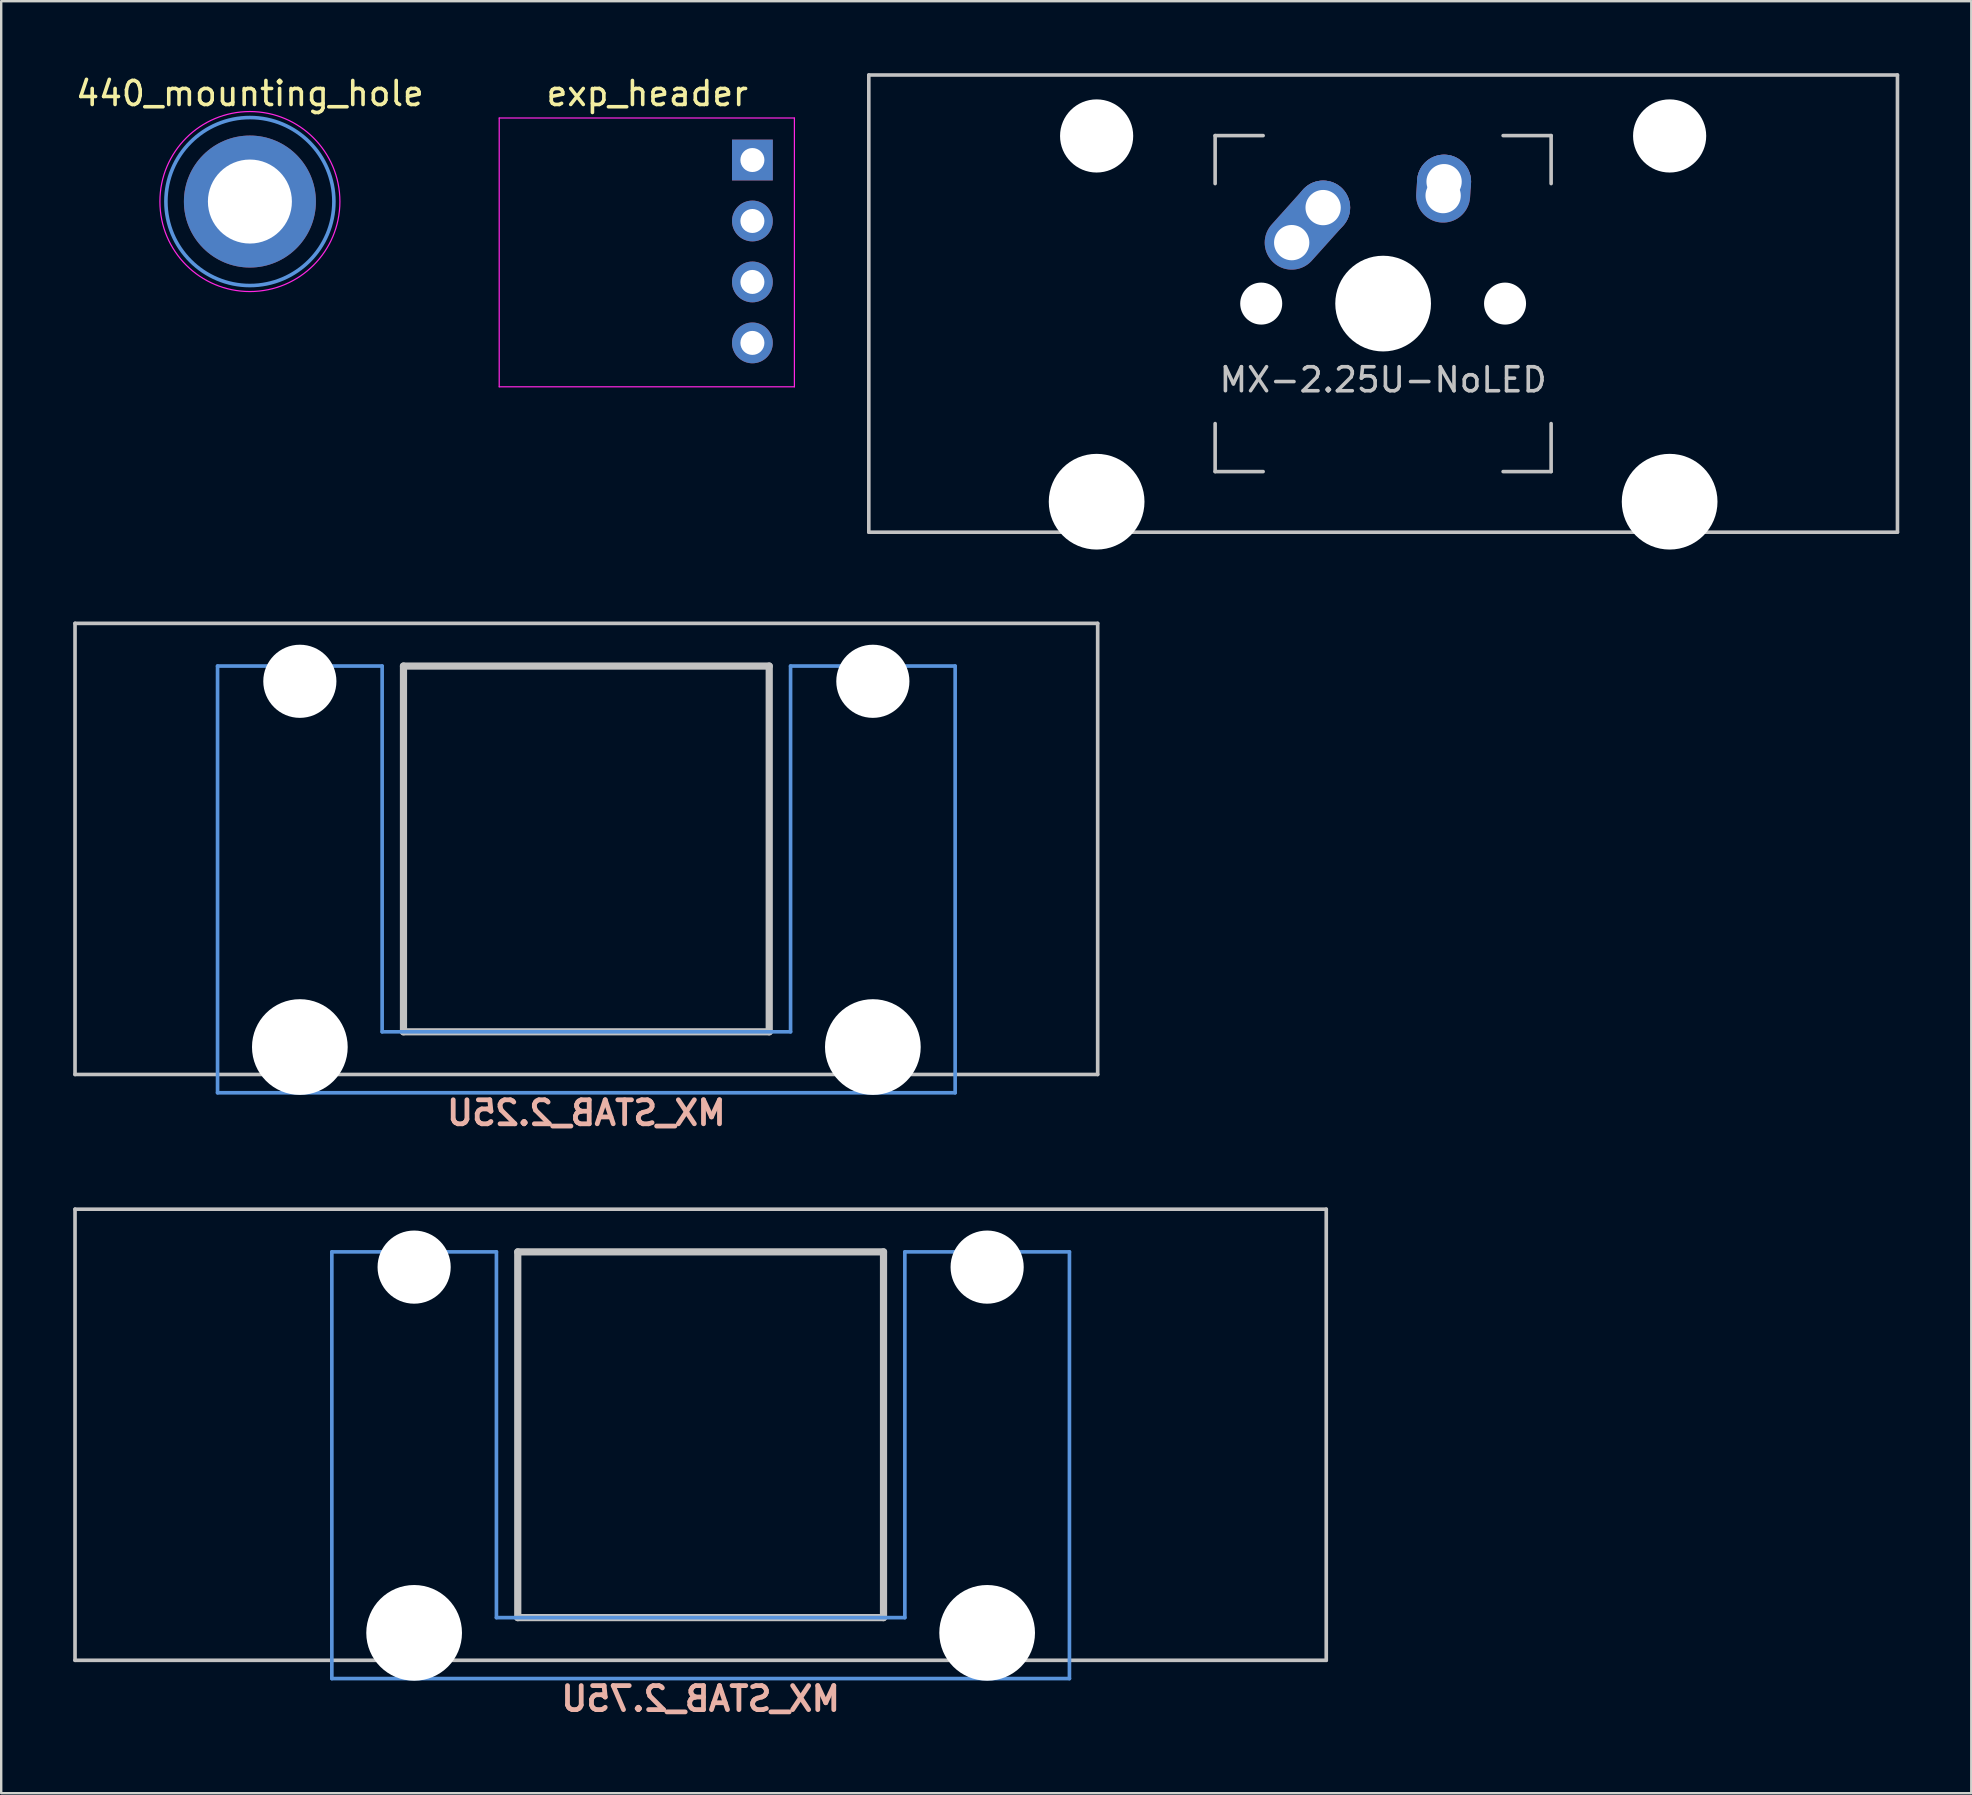
<source format=kicad_pcb>
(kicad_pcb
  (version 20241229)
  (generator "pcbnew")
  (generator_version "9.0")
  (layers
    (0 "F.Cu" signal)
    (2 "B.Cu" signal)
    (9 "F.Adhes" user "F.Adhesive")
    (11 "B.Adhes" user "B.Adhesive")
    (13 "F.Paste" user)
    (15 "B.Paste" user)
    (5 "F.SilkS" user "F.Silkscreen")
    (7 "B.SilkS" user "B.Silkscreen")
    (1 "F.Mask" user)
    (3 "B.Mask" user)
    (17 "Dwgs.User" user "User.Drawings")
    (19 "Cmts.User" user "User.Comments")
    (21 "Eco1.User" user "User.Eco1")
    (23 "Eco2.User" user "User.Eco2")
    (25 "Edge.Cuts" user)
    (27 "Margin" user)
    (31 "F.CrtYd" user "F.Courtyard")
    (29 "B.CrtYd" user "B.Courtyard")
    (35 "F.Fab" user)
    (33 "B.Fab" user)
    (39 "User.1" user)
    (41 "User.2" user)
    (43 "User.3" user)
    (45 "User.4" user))
  (footprint "MX_STAB_2.75U"
    (layer "F.Cu")
    (at 26.144 56.733)
    (property "Reference" "MX_STAB_2.75U" (at 0 11 0) (layer "B.SilkS") (effects (font (size 1 1) (thickness 0.2)) (justify mirror)))
    (attr through_hole)
    (fp_line (start -26.068 -9.398) (end 26.068 -9.398) (stroke (width 0.152) (type solid)) (layer "Dwgs.User"))
    (fp_line (start -26.068 9.398) (end -26.068 -9.398) (stroke (width 0.152) (type solid)) (layer "Dwgs.User"))
    (fp_line (start -7.62 -7.62) (end 7.62 -7.62) (stroke (width 0.3) (type solid)) (layer "Dwgs.User"))
    (fp_line (start -7.62 7.62) (end -7.62 -7.62) (stroke (width 0.3) (type solid)) (layer "Dwgs.User"))
    (fp_line (start 7.62 -7.62) (end 7.62 7.62) (stroke (width 0.3) (type solid)) (layer "Dwgs.User"))
    (fp_line (start 7.62 7.62) (end -7.62 7.62) (stroke (width 0.3) (type solid)) (layer "Dwgs.User"))
    (fp_line (start 26.068 -9.398) (end 26.068 9.398) (stroke (width 0.152) (type solid)) (layer "Dwgs.User"))
    (fp_line (start 26.068 9.398) (end -26.068 9.398) (stroke (width 0.152) (type solid)) (layer "Dwgs.User"))
    (fp_line (start -15.367 -7.62) (end -15.367 10.16) (stroke (width 0.152) (type solid)) (layer "Cmts.User"))
    (fp_line (start -15.367 10.16) (end 15.367 10.16) (stroke (width 0.152) (type solid)) (layer "Cmts.User"))
    (fp_line (start -8.509 -7.62) (end -15.367 -7.62) (stroke (width 0.152) (type solid)) (layer "Cmts.User"))
    (fp_line (start -8.509 7.62) (end -8.509 -7.62) (stroke (width 0.152) (type solid)) (layer "Cmts.User"))
    (fp_line (start 8.509 -7.62) (end 8.509 7.62) (stroke (width 0.152) (type solid)) (layer "Cmts.User"))
    (fp_line (start 8.509 7.62) (end -8.509 7.62) (stroke (width 0.152) (type solid)) (layer "Cmts.User"))
    (fp_line (start 15.367 -7.62) (end 8.509 -7.62) (stroke (width 0.152) (type solid)) (layer "Cmts.User"))
    (fp_line (start 15.367 10.16) (end 15.367 -7.62) (stroke (width 0.152) (type solid)) (layer "Cmts.User"))
    (fp_line (start -16.129 -2.286) (end -15.265 -2.286) (stroke (width 0.152) (type solid)) (layer "Eco2.User"))
    (fp_line (start -16.129 0.508) (end -16.129 -2.286) (stroke (width 0.152) (type solid)) (layer "Eco2.User"))
    (fp_line (start -15.265 -5.69) (end -8.611 -5.69) (stroke (width 0.152) (type solid)) (layer "Eco2.User"))
    (fp_line (start -15.265 -2.286) (end -15.265 -5.69) (stroke (width 0.152) (type solid)) (layer "Eco2.User"))
    (fp_line (start -15.265 0.508) (end -16.129 0.508) (stroke (width 0.152) (type solid)) (layer "Eco2.User"))
    (fp_line (start -15.265 6.604) (end -15.265 0.508) (stroke (width 0.152) (type solid)) (layer "Eco2.User"))
    (fp_line (start -14.224 6.604) (end -15.265 6.604) (stroke (width 0.152) (type solid)) (layer "Eco2.User"))
    (fp_line (start -14.224 7.772) (end -14.224 6.604) (stroke (width 0.152) (type solid)) (layer "Eco2.User"))
    (fp_line (start -9.652 6.604) (end -9.652 7.772) (stroke (width 0.152) (type solid)) (layer "Eco2.User"))
    (fp_line (start -9.652 7.772) (end -14.224 7.772) (stroke (width 0.152) (type solid)) (layer "Eco2.User"))
    (fp_line (start -8.611 -5.69) (end -8.611 -4.877) (stroke (width 0.152) (type solid)) (layer "Eco2.User"))
    (fp_line (start -8.611 -4.877) (end -6.985 -4.877) (stroke (width 0.152) (type solid)) (layer "Eco2.User"))
    (fp_line (start -8.611 5.817) (end -8.611 6.604) (stroke (width 0.152) (type solid)) (layer "Eco2.User"))
    (fp_line (start -8.611 6.604) (end -9.652 6.604) (stroke (width 0.152) (type solid)) (layer "Eco2.User"))
    (fp_line (start -6.985 -6.985) (end 6.985 -6.985) (stroke (width 0.152) (type solid)) (layer "Eco2.User"))
    (fp_line (start -6.985 -4.877) (end -6.985 -6.985) (stroke (width 0.152) (type solid)) (layer "Eco2.User"))
    (fp_line (start -6.985 5.817) (end -8.611 5.817) (stroke (width 0.152) (type solid)) (layer "Eco2.User"))
    (fp_line (start -6.985 6.985) (end -6.985 5.817) (stroke (width 0.152) (type solid)) (layer "Eco2.User"))
    (fp_line (start 6.985 -6.985) (end 6.985 -4.877) (stroke (width 0.152) (type solid)) (layer "Eco2.User"))
    (fp_line (start 6.985 -4.877) (end 8.611 -4.877) (stroke (width 0.152) (type solid)) (layer "Eco2.User"))
    (fp_line (start 6.985 5.817) (end 6.985 6.985) (stroke (width 0.152) (type solid)) (layer "Eco2.User"))
    (fp_line (start 6.985 6.985) (end -6.985 6.985) (stroke (width 0.152) (type solid)) (layer "Eco2.User"))
    (fp_line (start 8.611 -5.69) (end 15.265 -5.69) (stroke (width 0.152) (type solid)) (layer "Eco2.User"))
    (fp_line (start 8.611 -4.877) (end 8.611 -5.69) (stroke (width 0.152) (type solid)) (layer "Eco2.User"))
    (fp_line (start 8.611 5.817) (end 6.985 5.817) (stroke (width 0.152) (type solid)) (layer "Eco2.User"))
    (fp_line (start 8.611 6.604) (end 8.611 5.817) (stroke (width 0.152) (type solid)) (layer "Eco2.User"))
    (fp_line (start 9.652 6.604) (end 8.611 6.604) (stroke (width 0.152) (type solid)) (layer "Eco2.User"))
    (fp_line (start 9.652 7.772) (end 9.652 6.604) (stroke (width 0.152) (type solid)) (layer "Eco2.User"))
    (fp_line (start 14.224 6.604) (end 14.224 7.772) (stroke (width 0.152) (type solid)) (layer "Eco2.User"))
    (fp_line (start 14.224 7.772) (end 9.652 7.772) (stroke (width 0.152) (type solid)) (layer "Eco2.User"))
    (fp_line (start 15.265 -5.69) (end 15.265 -2.286) (stroke (width 0.152) (type solid)) (layer "Eco2.User"))
    (fp_line (start 15.265 -2.286) (end 16.129 -2.286) (stroke (width 0.152) (type solid)) (layer "Eco2.User"))
    (fp_line (start 15.265 0.508) (end 15.265 6.604) (stroke (width 0.152) (type solid)) (layer "Eco2.User"))
    (fp_line (start 15.265 6.604) (end 14.224 6.604) (stroke (width 0.152) (type solid)) (layer "Eco2.User"))
    (fp_line (start 16.129 -2.286) (end 16.129 0.508) (stroke (width 0.152) (type solid)) (layer "Eco2.User"))
    (fp_line (start 16.129 0.508) (end 15.265 0.508) (stroke (width 0.152) (type solid)) (layer "Eco2.User"))
    (pad "" np_thru_hole circle (at -11.938 -6.985) (size 3.048 3.048) (drill 3.048) (layers "*.Cu" "*.Mask"))
    (pad "" np_thru_hole circle (at -11.938 8.255) (size 3.988 3.988) (drill 3.988) (layers "*.Cu" "*.Mask"))
    (pad "" np_thru_hole circle (at 11.938 -6.985) (size 3.048 3.048) (drill 3.048) (layers "*.Cu" "*.Mask"))
    (pad "" np_thru_hole circle (at 11.938 8.255) (size 3.988 3.988) (drill 3.988) (layers "*.Cu" "*.Mask")))
  (footprint "440_mounting_hole"
    (layer "F.Cu")
    (at 7.363 5.348)
    (property "Reference" "440_mounting_hole" (at 0 -4.5 0) (layer "F.SilkS") (effects (font (size 1 1) (thickness 0.15))))
    (attr exclude_from_pos_files exclude_from_bom)
    (fp_circle (center 0 0) (end 3.5 0) (stroke (width 0.15) (type solid)) (fill no) (layer "Cmts.User"))
    (fp_circle (center 0 0) (end 3.75 0) (stroke (width 0.05) (type solid)) (fill no) (layer "F.CrtYd"))
    (pad "1" thru_hole circle (at 0 0) (size 5.5 5.5) (drill 3.5) (layers "*.Cu" "*.Mask")))
  (footprint "MX-2.25U-NoLED"
    (layer "F.Cu")
    (at 54.582 9.6)
    (property "Reference" "MX-2.25U-NoLED" (at 0 3.175 0) (layer "Dwgs.User") (effects (font (size 1 1) (thickness 0.15))))
    (attr through_hole)
    (fp_line (start -21.431 -9.525) (end 21.431 -9.525) (stroke (width 0.15) (type solid)) (layer "Dwgs.User"))
    (fp_line (start -21.431 9.525) (end -21.431 -9.525) (stroke (width 0.15) (type solid)) (layer "Dwgs.User"))
    (fp_line (start -21.431 9.525) (end 21.431 9.525) (stroke (width 0.15) (type solid)) (layer "Dwgs.User"))
    (fp_line (start -7 -7) (end -7 -5) (stroke (width 0.15) (type solid)) (layer "Dwgs.User"))
    (fp_line (start -7 5) (end -7 7) (stroke (width 0.15) (type solid)) (layer "Dwgs.User"))
    (fp_line (start -7 7) (end -5 7) (stroke (width 0.15) (type solid)) (layer "Dwgs.User"))
    (fp_line (start -5 -7) (end -7 -7) (stroke (width 0.15) (type solid)) (layer "Dwgs.User"))
    (fp_line (start 5 -7) (end 7 -7) (stroke (width 0.15) (type solid)) (layer "Dwgs.User"))
    (fp_line (start 5 7) (end 7 7) (stroke (width 0.15) (type solid)) (layer "Dwgs.User"))
    (fp_line (start 7 -7) (end 7 -5) (stroke (width 0.15) (type solid)) (layer "Dwgs.User"))
    (fp_line (start 7 7) (end 7 5) (stroke (width 0.15) (type solid)) (layer "Dwgs.User"))
    (fp_line (start 21.431 -9.525) (end 21.431 9.525) (stroke (width 0.15) (type solid)) (layer "Dwgs.User"))
    (pad "" np_thru_hole circle (at -11.938 -6.985) (size 3.048 3.048) (drill 3.048) (layers "*.Cu" "*.Mask"))
    (pad "" np_thru_hole circle (at -11.938 8.255) (size 3.988 3.988) (drill 3.988) (layers "*.Cu" "*.Mask"))
    (pad "" np_thru_hole circle (at -5.08 0 48.1) (size 1.75 1.75) (drill 1.75) (layers "*.Cu" "*.Mask"))
    (pad "" np_thru_hole circle (at 0 0) (size 3.988 3.988) (drill 3.988) (layers "*.Cu" "*.Mask"))
    (pad "" np_thru_hole circle (at 5.08 0 48.1) (size 1.75 1.75) (drill 1.75) (layers "*.Cu" "*.Mask"))
    (pad "" np_thru_hole circle (at 11.938 -6.985) (size 3.048 3.048) (drill 3.048) (layers "*.Cu" "*.Mask"))
    (pad "" np_thru_hole circle (at 11.938 8.255) (size 3.988 3.988) (drill 3.988) (layers "*.Cu" "*.Mask"))
    (pad "1" thru_hole oval (at -3.81 -2.54 48.1) (size 4.212 2.25) (drill 1.47 (offset 0.981 0)) (layers "*.Cu" "B.Mask"))
    (pad "1" thru_hole circle (at -2.5 -4) (size 2.25 2.25) (drill 1.47) (layers "*.Cu" "B.Mask"))
    (pad "2" thru_hole oval (at 2.5 -4.5 86.055) (size 2.831 2.25) (drill 1.47 (offset 0.291 0)) (layers "*.Cu" "B.Mask"))
    (pad "2" thru_hole circle (at 2.54 -5.08) (size 2.25 2.25) (drill 1.47) (layers "*.Cu" "B.Mask")))
  (footprint "MX_STAB_2.25U"
    (layer "F.Cu")
    (at 21.382 32.323)
    (property "Reference" "MX_STAB_2.25U" (at 0 11 0) (layer "B.SilkS") (effects (font (size 1 1) (thickness 0.2)) (justify mirror)))
    (attr through_hole)
    (fp_line (start -21.306 -9.398) (end 21.306 -9.398) (stroke (width 0.152) (type solid)) (layer "Dwgs.User"))
    (fp_line (start -21.306 9.398) (end -21.306 -9.398) (stroke (width 0.152) (type solid)) (layer "Dwgs.User"))
    (fp_line (start -7.62 -7.62) (end 7.62 -7.62) (stroke (width 0.3) (type solid)) (layer "Dwgs.User"))
    (fp_line (start -7.62 7.62) (end -7.62 -7.62) (stroke (width 0.3) (type solid)) (layer "Dwgs.User"))
    (fp_line (start 7.62 -7.62) (end 7.62 7.62) (stroke (width 0.3) (type solid)) (layer "Dwgs.User"))
    (fp_line (start 7.62 7.62) (end -7.62 7.62) (stroke (width 0.3) (type solid)) (layer "Dwgs.User"))
    (fp_line (start 21.306 -9.398) (end 21.306 9.398) (stroke (width 0.152) (type solid)) (layer "Dwgs.User"))
    (fp_line (start 21.306 9.398) (end -21.306 9.398) (stroke (width 0.152) (type solid)) (layer "Dwgs.User"))
    (fp_line (start -15.367 -7.62) (end -15.367 10.16) (stroke (width 0.152) (type solid)) (layer "Cmts.User"))
    (fp_line (start -15.367 10.16) (end 15.367 10.16) (stroke (width 0.152) (type solid)) (layer "Cmts.User"))
    (fp_line (start -8.509 -7.62) (end -15.367 -7.62) (stroke (width 0.152) (type solid)) (layer "Cmts.User"))
    (fp_line (start -8.509 7.62) (end -8.509 -7.62) (stroke (width 0.152) (type solid)) (layer "Cmts.User"))
    (fp_line (start 8.509 -7.62) (end 8.509 7.62) (stroke (width 0.152) (type solid)) (layer "Cmts.User"))
    (fp_line (start 8.509 7.62) (end -8.509 7.62) (stroke (width 0.152) (type solid)) (layer "Cmts.User"))
    (fp_line (start 15.367 -7.62) (end 8.509 -7.62) (stroke (width 0.152) (type solid)) (layer "Cmts.User"))
    (fp_line (start 15.367 10.16) (end 15.367 -7.62) (stroke (width 0.152) (type solid)) (layer "Cmts.User"))
    (fp_line (start -16.129 -2.286) (end -15.265 -2.286) (stroke (width 0.152) (type solid)) (layer "Eco2.User"))
    (fp_line (start -16.129 0.508) (end -16.129 -2.286) (stroke (width 0.152) (type solid)) (layer "Eco2.User"))
    (fp_line (start -15.265 -5.69) (end -8.611 -5.69) (stroke (width 0.152) (type solid)) (layer "Eco2.User"))
    (fp_line (start -15.265 -2.286) (end -15.265 -5.69) (stroke (width 0.152) (type solid)) (layer "Eco2.User"))
    (fp_line (start -15.265 0.508) (end -16.129 0.508) (stroke (width 0.152) (type solid)) (layer "Eco2.User"))
    (fp_line (start -15.265 6.604) (end -15.265 0.508) (stroke (width 0.152) (type solid)) (layer "Eco2.User"))
    (fp_line (start -14.224 6.604) (end -15.265 6.604) (stroke (width 0.152) (type solid)) (layer "Eco2.User"))
    (fp_line (start -14.224 7.772) (end -14.224 6.604) (stroke (width 0.152) (type solid)) (layer "Eco2.User"))
    (fp_line (start -9.652 6.604) (end -9.652 7.772) (stroke (width 0.152) (type solid)) (layer "Eco2.User"))
    (fp_line (start -9.652 7.772) (end -14.224 7.772) (stroke (width 0.152) (type solid)) (layer "Eco2.User"))
    (fp_line (start -8.611 -5.69) (end -8.611 -4.877) (stroke (width 0.152) (type solid)) (layer "Eco2.User"))
    (fp_line (start -8.611 -4.877) (end -6.985 -4.877) (stroke (width 0.152) (type solid)) (layer "Eco2.User"))
    (fp_line (start -8.611 5.817) (end -8.611 6.604) (stroke (width 0.152) (type solid)) (layer "Eco2.User"))
    (fp_line (start -8.611 6.604) (end -9.652 6.604) (stroke (width 0.152) (type solid)) (layer "Eco2.User"))
    (fp_line (start -6.985 -6.985) (end 6.985 -6.985) (stroke (width 0.152) (type solid)) (layer "Eco2.User"))
    (fp_line (start -6.985 -4.877) (end -6.985 -6.985) (stroke (width 0.152) (type solid)) (layer "Eco2.User"))
    (fp_line (start -6.985 5.817) (end -8.611 5.817) (stroke (width 0.152) (type solid)) (layer "Eco2.User"))
    (fp_line (start -6.985 6.985) (end -6.985 5.817) (stroke (width 0.152) (type solid)) (layer "Eco2.User"))
    (fp_line (start 6.985 -6.985) (end 6.985 -4.877) (stroke (width 0.152) (type solid)) (layer "Eco2.User"))
    (fp_line (start 6.985 -4.877) (end 8.611 -4.877) (stroke (width 0.152) (type solid)) (layer "Eco2.User"))
    (fp_line (start 6.985 5.817) (end 6.985 6.985) (stroke (width 0.152) (type solid)) (layer "Eco2.User"))
    (fp_line (start 6.985 6.985) (end -6.985 6.985) (stroke (width 0.152) (type solid)) (layer "Eco2.User"))
    (fp_line (start 8.611 -5.69) (end 15.265 -5.69) (stroke (width 0.152) (type solid)) (layer "Eco2.User"))
    (fp_line (start 8.611 -4.877) (end 8.611 -5.69) (stroke (width 0.152) (type solid)) (layer "Eco2.User"))
    (fp_line (start 8.611 5.817) (end 6.985 5.817) (stroke (width 0.152) (type solid)) (layer "Eco2.User"))
    (fp_line (start 8.611 6.604) (end 8.611 5.817) (stroke (width 0.152) (type solid)) (layer "Eco2.User"))
    (fp_line (start 9.652 6.604) (end 8.611 6.604) (stroke (width 0.152) (type solid)) (layer "Eco2.User"))
    (fp_line (start 9.652 7.772) (end 9.652 6.604) (stroke (width 0.152) (type solid)) (layer "Eco2.User"))
    (fp_line (start 14.224 6.604) (end 14.224 7.772) (stroke (width 0.152) (type solid)) (layer "Eco2.User"))
    (fp_line (start 14.224 7.772) (end 9.652 7.772) (stroke (width 0.152) (type solid)) (layer "Eco2.User"))
    (fp_line (start 15.265 -5.69) (end 15.265 -2.286) (stroke (width 0.152) (type solid)) (layer "Eco2.User"))
    (fp_line (start 15.265 -2.286) (end 16.129 -2.286) (stroke (width 0.152) (type solid)) (layer "Eco2.User"))
    (fp_line (start 15.265 0.508) (end 15.265 6.604) (stroke (width 0.152) (type solid)) (layer "Eco2.User"))
    (fp_line (start 15.265 6.604) (end 14.224 6.604) (stroke (width 0.152) (type solid)) (layer "Eco2.User"))
    (fp_line (start 16.129 -2.286) (end 16.129 0.508) (stroke (width 0.152) (type solid)) (layer "Eco2.User"))
    (fp_line (start 16.129 0.508) (end 15.265 0.508) (stroke (width 0.152) (type solid)) (layer "Eco2.User"))
    (pad "" np_thru_hole circle (at -11.938 -6.985) (size 3.048 3.048) (drill 3.048) (layers "*.Cu" "*.Mask"))
    (pad "" np_thru_hole circle (at -11.938 8.255) (size 3.988 3.988) (drill 3.988) (layers "*.Cu" "*.Mask"))
    (pad "" np_thru_hole circle (at 11.938 -6.985) (size 3.048 3.048) (drill 3.048) (layers "*.Cu" "*.Mask"))
    (pad "" np_thru_hole circle (at 11.938 8.255) (size 3.988 3.988) (drill 3.988) (layers "*.Cu" "*.Mask")))
  (footprint "exp_header"
    (layer "F.Cu")
    (at 28.301 3.618)
    (property "Reference" "exp_header" (at -4.38 -2.77 0) (layer "F.SilkS") (effects (font (size 1 1) (thickness 0.15))))
    (attr through_hole)
    (fp_line (start -10.55 -1.75) (end -10.55 9.45) (stroke (width 0.05) (type solid)) (layer "F.CrtYd"))
    (fp_line (start -10.55 9.45) (end 1.75 9.45) (stroke (width 0.05) (type solid)) (layer "F.CrtYd"))
    (fp_line (start 1.75 -1.75) (end -10.55 -1.75) (stroke (width 0.05) (type solid)) (layer "F.CrtYd"))
    (fp_line (start 1.75 9.45) (end 1.75 -1.75) (stroke (width 0.05) (type solid)) (layer "F.CrtYd"))
    (fp_line (start 0 0.3) (end 0 -0.3) (stroke (width 0.1) (type solid)) (layer "F.Fab"))
    (fp_line (start 0 2.84) (end 0 2.24) (stroke (width 0.1) (type solid)) (layer "F.Fab"))
    (fp_line (start 0 5.38) (end 0 4.78) (stroke (width 0.1) (type solid)) (layer "F.Fab"))
    (fp_line (start 0 7.92) (end 0 7.32) (stroke (width 0.1) (type solid)) (layer "F.Fab"))
    (pad "1" thru_hole rect (at 0 0) (size 1.7 1.7) (drill 1) (layers "*.Cu" "*.Mask"))
    (pad "2" thru_hole oval (at 0 2.54) (size 1.7 1.7) (drill 1) (layers "*.Cu" "*.Mask"))
    (pad "3" thru_hole oval (at 0 5.08) (size 1.7 1.7) (drill 1) (layers "*.Cu" "*.Mask"))
    (pad "4" thru_hole oval (at 0 7.62) (size 1.7 1.7) (drill 1) (layers "*.Cu" "*.Mask")))
  (gr_rect
    (start -3 -3)
    (end 79.089 71.669)
    (stroke (width 0.1) (type default))
    (fill no)
    (layer "Edge.Cuts")))
</source>
